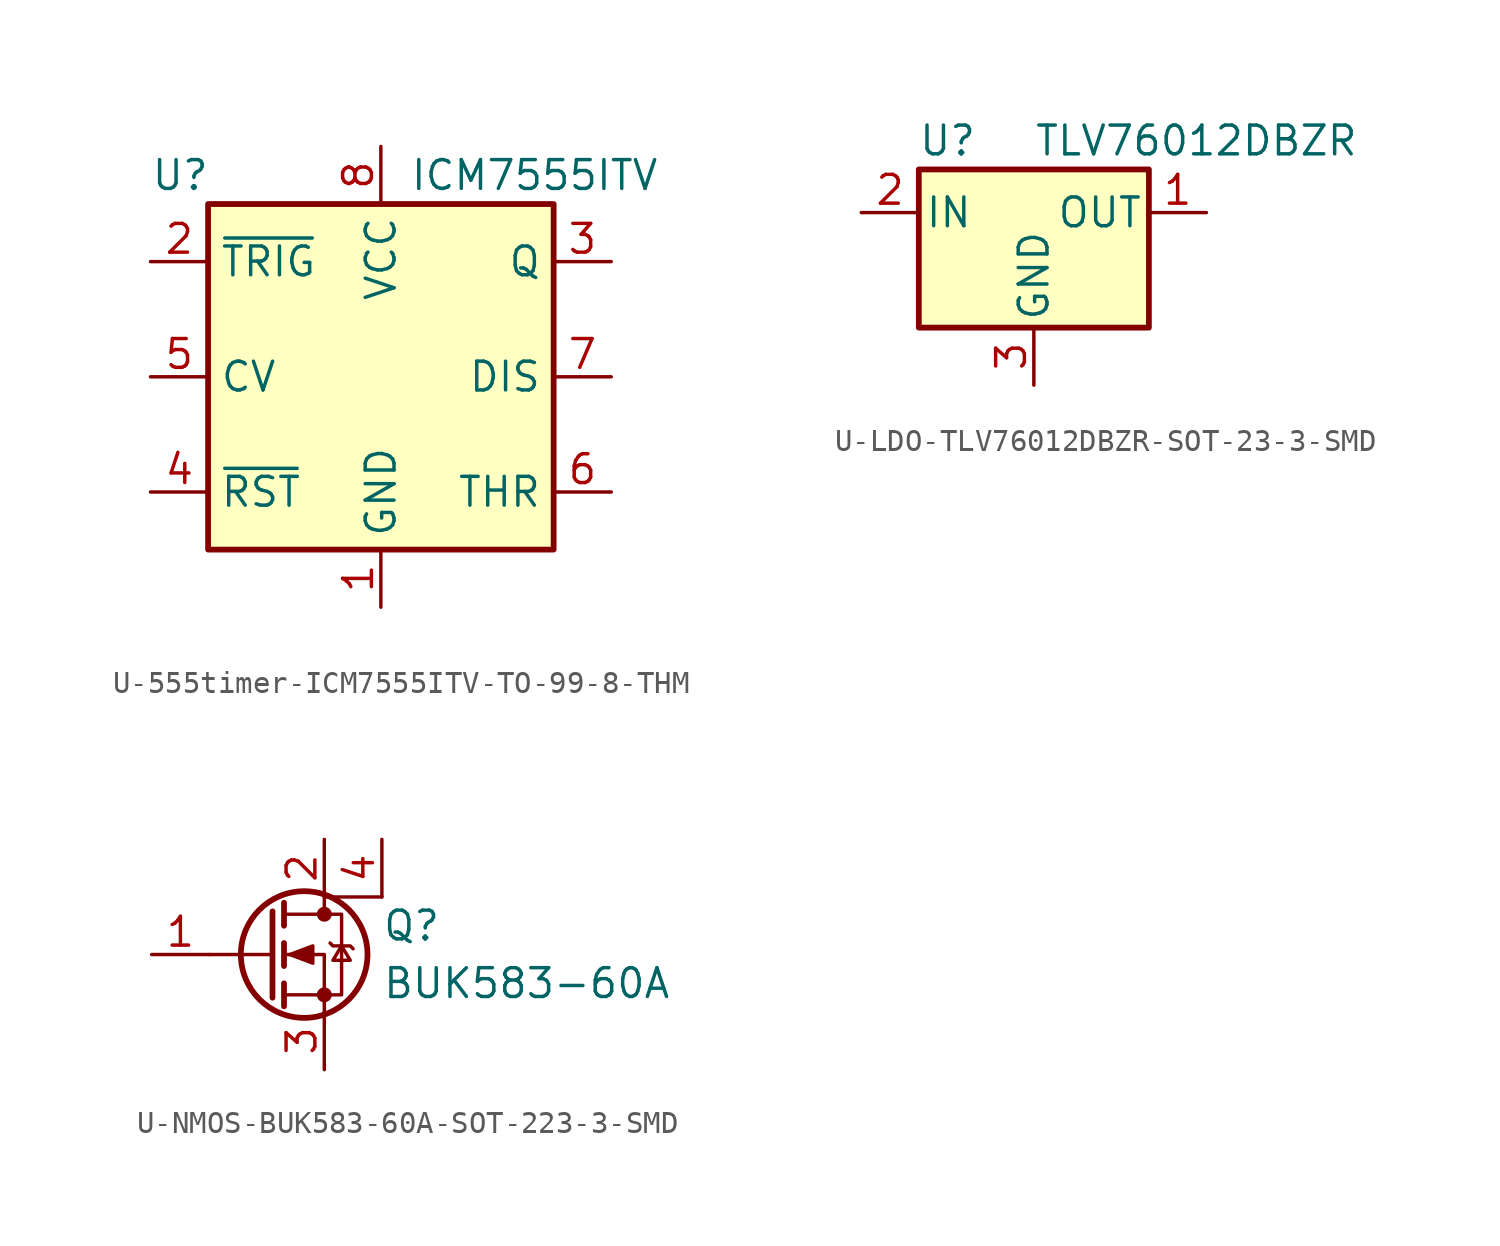
<source format=kicad_sym>
(kicad_symbol_lib
  (version 20241209)
  (generator "kicad_symbol_editor")
  (generator_version "9.0")
  (symbol "U-555timer-ICM7555ITV-TO-99-8-THM"
    (property "Reference" "U"
      (at -10.16 8.89 0)
      (effects (font (size 1.27 1.27)) (justify left)))
    (property "Value" "ICM7555ITV"
      (at 1.27 8.89 0)
      (effects (font (size 1.27 1.27)) (justify left)))
    (symbol "U-555timer-ICM7555ITV-TO-99-8-THM_0_0"
      (pin power_in line (at 0 10.16 270) (length 2.54) (name "VCC" (effects (font (size 1.27 1.27)))) (number "8" (effects (font (size 1.27 1.27)))))
      (pin power_in line (at 0 -10.16 90) (length 2.54) (name "GND" (effects (font (size 1.27 1.27)))) (number "1" (effects (font (size 1.27 1.27))))))
    (symbol "U-555timer-ICM7555ITV-TO-99-8-THM_0_1"
      (rectangle (start -7.62 7.62) (end 7.62 -7.62) (stroke (width 0.254) (type default)) (fill (type background))))
    (symbol "U-555timer-ICM7555ITV-TO-99-8-THM_1_1"
      (pin input line (at -10.16 5.08 0) (length 2.54) (name "~{TRIG}" (effects (font (size 1.27 1.27)))) (number "2" (effects (font (size 1.27 1.27)))))
      (pin input line (at -10.16 0 0) (length 2.54) (name "CV" (effects (font (size 1.27 1.27)))) (number "5" (effects (font (size 1.27 1.27)))))
      (pin input line (at -10.16 -5.08 0) (length 2.54) (name "~{RST}" (effects (font (size 1.27 1.27)))) (number "4" (effects (font (size 1.27 1.27)))))
      (pin output line (at 10.16 5.08 180) (length 2.54) (name "Q" (effects (font (size 1.27 1.27)))) (number "3" (effects (font (size 1.27 1.27)))))
      (pin input line (at 10.16 0 180) (length 2.54) (name "DIS" (effects (font (size 1.27 1.27)))) (number "7" (effects (font (size 1.27 1.27)))))
      (pin input line (at 10.16 -5.08 180) (length 2.54) (name "THR" (effects (font (size 1.27 1.27)))) (number "6" (effects (font (size 1.27 1.27)))))))
  (symbol "U-LDO-TLV76012DBZR-SOT-23-3-SMD"
    (pin_names
      (offset 0.254))
    (property "Reference" "U"
      (at -3.81 3.175 0)
      (effects (font (size 1.27 1.27))))
    (property "Value" "TLV76012DBZR"
      (at 0 3.175 0)
      (effects (font (size 1.27 1.27)) (justify left)))
    (symbol "U-LDO-TLV76012DBZR-SOT-23-3-SMD_0_1"
      (rectangle (start -5.08 1.905) (end 5.08 -5.08) (stroke (width 0.254) (type default)) (fill (type background))))
    (symbol "U-LDO-TLV76012DBZR-SOT-23-3-SMD_1_1"
      (pin power_in line (at -7.62 0 0) (length 2.54) (name "IN" (effects (font (size 1.27 1.27)))) (number "2" (effects (font (size 1.27 1.27)))))
      (pin power_in line (at 0 -7.62 90) (length 2.54) (name "GND" (effects (font (size 1.27 1.27)))) (number "3" (effects (font (size 1.27 1.27)))))
      (pin power_out line (at 7.62 0 180) (length 2.54) (name "OUT" (effects (font (size 1.27 1.27)))) (number "1" (effects (font (size 1.27 1.27)))))))
  (symbol "U-NMOS-BUK583-60A-SOT-223-3-SMD"
    (pin_names
      (offset 0)
      (hide yes))
    (property "Reference" "Q"
      (at 5.08 1.27 0)
      (effects (font (size 1.27 1.27)) (justify left)))
    (property "Value" "BUK583-60A"
      (at 5.08 -1.27 0)
      (effects (font (size 1.27 1.27)) (justify left)))
    (symbol "U-NMOS-BUK583-60A-SOT-223-3-SMD_0_1"
      (polyline (pts (xy 0.254 1.905) (xy 0.254 -1.905)) (stroke (width 0.254) (type default)) (fill (type none)))
      (polyline (pts (xy 0.254 0) (xy -2.54 0)) (stroke (width 0) (type default)) (fill (type none)))
      (polyline (pts (xy 0.762 2.286) (xy 0.762 1.27)) (stroke (width 0.254) (type default)) (fill (type none)))
      (polyline (pts (xy 0.762 0.508) (xy 0.762 -0.508)) (stroke (width 0.254) (type default)) (fill (type none)))
      (polyline (pts (xy 0.762 -1.27) (xy 0.762 -2.286)) (stroke (width 0.254) (type default)) (fill (type none)))
      (polyline (pts (xy 0.762 -1.778) (xy 3.302 -1.778) (xy 3.302 1.778) (xy 0.762 1.778)) (stroke (width 0) (type default)) (fill (type none)))
      (polyline (pts (xy 1.016 0) (xy 2.032 0.381) (xy 2.032 -0.381) (xy 1.016 0)) (stroke (width 0) (type default)) (fill (type outline)))
      (circle (center 1.651 0) (radius 2.794) (stroke (width 0.254) (type default)) (fill (type none)))
      (circle (center 2.54 1.778) (radius 0.254) (stroke (width 0) (type default)) (fill (type outline)))
      (circle (center 2.54 -1.778) (radius 0.254) (stroke (width 0) (type default)) (fill (type outline)))
      (polyline (pts (xy 2.54 -2.54) (xy 2.54 0) (xy 0.762 0)) (stroke (width 0) (type default)) (fill (type none)))
      (polyline (pts (xy 2.794 0.508) (xy 2.921 0.381) (xy 3.683 0.381) (xy 3.81 0.254)) (stroke (width 0) (type default)) (fill (type none)))
      (polyline (pts (xy 3.302 0.381) (xy 2.921 -0.254) (xy 3.683 -0.254) (xy 3.302 0.381)) (stroke (width 0) (type default)) (fill (type none)))
      (polyline (pts (xy 5.08 2.54) (xy 2.54 2.54) (xy 2.54 1.778)) (stroke (width 0) (type default)) (fill (type none))))
    (symbol "U-NMOS-BUK583-60A-SOT-223-3-SMD_1_1"
      (pin input line (at -5.08 0 0) (length 2.54) (name "G" (effects (font (size 1.27 1.27)))) (number "1" (effects (font (size 1.27 1.27)))))
      (pin passive line (at 2.54 5.08 270) (length 2.54) (name "D" (effects (font (size 1.27 1.27)))) (number "2" (effects (font (size 1.27 1.27)))))
      (pin passive line (at 2.54 -5.08 90) (length 2.54) (name "S" (effects (font (size 1.27 1.27)))) (number "3" (effects (font (size 1.27 1.27)))))
      (pin passive line (at 5.08 5.08 270) (length 2.54) (name "D" (effects (font (size 1.27 1.27)))) (number "4" (effects (font (size 1.27 1.27))))))))
</source>
